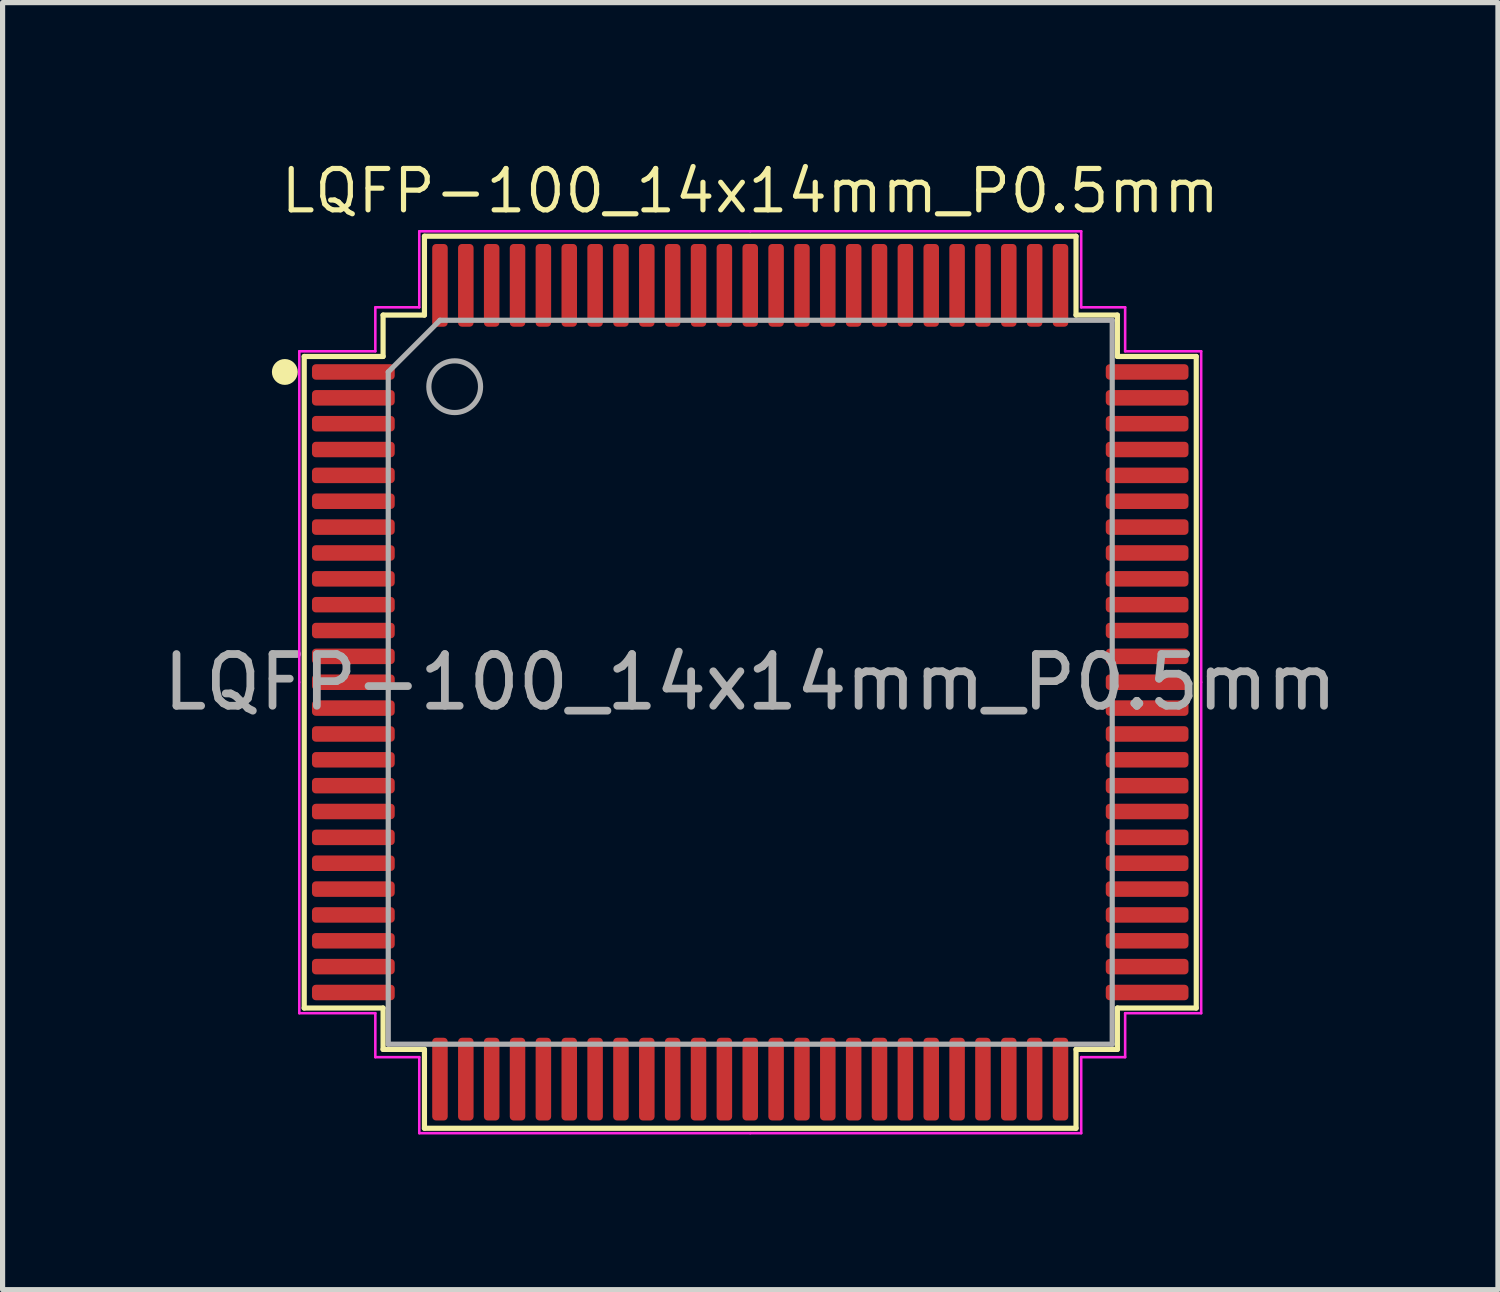
<source format=kicad_pcb>
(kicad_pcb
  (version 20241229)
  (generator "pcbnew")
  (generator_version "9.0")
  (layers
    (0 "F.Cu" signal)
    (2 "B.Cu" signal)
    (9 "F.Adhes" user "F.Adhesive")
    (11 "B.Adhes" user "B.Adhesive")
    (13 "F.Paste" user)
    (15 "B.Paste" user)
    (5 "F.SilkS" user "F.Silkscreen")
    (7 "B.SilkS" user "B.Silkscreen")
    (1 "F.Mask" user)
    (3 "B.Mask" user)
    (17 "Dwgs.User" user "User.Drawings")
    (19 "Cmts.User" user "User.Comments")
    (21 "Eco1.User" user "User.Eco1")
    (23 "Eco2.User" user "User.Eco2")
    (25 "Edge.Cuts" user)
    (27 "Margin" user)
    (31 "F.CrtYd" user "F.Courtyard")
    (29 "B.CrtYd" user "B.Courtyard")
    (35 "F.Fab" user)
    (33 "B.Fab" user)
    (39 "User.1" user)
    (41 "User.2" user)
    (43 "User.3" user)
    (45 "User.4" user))
  (footprint "LQFP-100_14x14mm_P0.5mm"
    (layer "F.Cu")
    (at 11.458 10.143)
    (property "Reference" "LQFP-100_14x14mm_P0.5mm" (at 0 -9.5 0) (layer "F.SilkS") (effects (font (size 0.8 0.8) (thickness 0.1))))
    (attr smd)
    (fp_line (start -8.625 -6.3) (end -7.1 -6.3) (stroke (width 0.1) (type solid)) (layer "F.SilkS"))
    (fp_line (start -8.625 6.3) (end -8.625 -6.3) (stroke (width 0.1) (type solid)) (layer "F.SilkS"))
    (fp_line (start -7.1 -7.1) (end -7.1 -6.3) (stroke (width 0.1) (type solid)) (layer "F.SilkS"))
    (fp_line (start -7.1 6.3) (end -8.625 6.3) (stroke (width 0.1) (type solid)) (layer "F.SilkS"))
    (fp_line (start -7.1 7.1) (end -7.1 6.3) (stroke (width 0.1) (type solid)) (layer "F.SilkS"))
    (fp_line (start -6.3 -8.625) (end 6.3 -8.625) (stroke (width 0.1) (type solid)) (layer "F.SilkS"))
    (fp_line (start -6.3 -7.1) (end -7.1 -7.1) (stroke (width 0.1) (type solid)) (layer "F.SilkS"))
    (fp_line (start -6.3 -7.1) (end -6.3 -8.625) (stroke (width 0.1) (type solid)) (layer "F.SilkS"))
    (fp_line (start -6.3 7.1) (end -7.1 7.1) (stroke (width 0.1) (type solid)) (layer "F.SilkS"))
    (fp_line (start -6.3 8.625) (end -6.3 7.1) (stroke (width 0.1) (type solid)) (layer "F.SilkS"))
    (fp_line (start 6.3 -8.625) (end 6.3 -7.1) (stroke (width 0.1) (type solid)) (layer "F.SilkS"))
    (fp_line (start 6.3 -7.1) (end 7.1 -7.1) (stroke (width 0.1) (type solid)) (layer "F.SilkS"))
    (fp_line (start 6.3 7.1) (end 6.3 8.625) (stroke (width 0.1) (type solid)) (layer "F.SilkS"))
    (fp_line (start 6.3 7.1) (end 7.1 7.1) (stroke (width 0.1) (type solid)) (layer "F.SilkS"))
    (fp_line (start 6.3 8.625) (end -6.3 8.625) (stroke (width 0.1) (type solid)) (layer "F.SilkS"))
    (fp_line (start 7.1 -7.1) (end 7.1 -6.3) (stroke (width 0.1) (type solid)) (layer "F.SilkS"))
    (fp_line (start 7.1 -6.3) (end 8.625 -6.3) (stroke (width 0.1) (type solid)) (layer "F.SilkS"))
    (fp_line (start 7.1 7.1) (end 7.1 6.3) (stroke (width 0.1) (type solid)) (layer "F.SilkS"))
    (fp_line (start 8.625 -6.3) (end 8.625 6.3) (stroke (width 0.1) (type solid)) (layer "F.SilkS"))
    (fp_line (start 8.625 6.3) (end 7.1 6.3) (stroke (width 0.1) (type solid)) (layer "F.SilkS"))
    (fp_circle (center -9 -6) (end -8.75 -6) (stroke (width 0) (type solid)) (fill yes) (layer "F.SilkS"))
    (fp_line (start -8.72 -6.4) (end -8.72 0) (stroke (width 0.05) (type solid)) (layer "F.CrtYd"))
    (fp_line (start -8.72 6.4) (end -8.72 0) (stroke (width 0.05) (type solid)) (layer "F.CrtYd"))
    (fp_line (start -7.25 -7.25) (end -7.25 -6.4) (stroke (width 0.05) (type solid)) (layer "F.CrtYd"))
    (fp_line (start -7.25 -6.4) (end -8.72 -6.4) (stroke (width 0.05) (type solid)) (layer "F.CrtYd"))
    (fp_line (start -7.25 6.4) (end -8.72 6.4) (stroke (width 0.05) (type solid)) (layer "F.CrtYd"))
    (fp_line (start -7.25 7.25) (end -7.25 6.4) (stroke (width 0.05) (type solid)) (layer "F.CrtYd"))
    (fp_line (start -6.4 -8.72) (end -6.4 -7.25) (stroke (width 0.05) (type solid)) (layer "F.CrtYd"))
    (fp_line (start -6.4 -7.25) (end -7.25 -7.25) (stroke (width 0.05) (type solid)) (layer "F.CrtYd"))
    (fp_line (start -6.4 7.25) (end -7.25 7.25) (stroke (width 0.05) (type solid)) (layer "F.CrtYd"))
    (fp_line (start -6.4 8.72) (end -6.4 7.25) (stroke (width 0.05) (type solid)) (layer "F.CrtYd"))
    (fp_line (start 0 -8.72) (end -6.4 -8.72) (stroke (width 0.05) (type solid)) (layer "F.CrtYd"))
    (fp_line (start 0 -8.72) (end 6.4 -8.72) (stroke (width 0.05) (type solid)) (layer "F.CrtYd"))
    (fp_line (start 0 8.72) (end -6.4 8.72) (stroke (width 0.05) (type solid)) (layer "F.CrtYd"))
    (fp_line (start 0 8.72) (end 6.4 8.72) (stroke (width 0.05) (type solid)) (layer "F.CrtYd"))
    (fp_line (start 6.4 -8.72) (end 6.4 -7.25) (stroke (width 0.05) (type solid)) (layer "F.CrtYd"))
    (fp_line (start 6.4 -7.25) (end 7.25 -7.25) (stroke (width 0.05) (type solid)) (layer "F.CrtYd"))
    (fp_line (start 6.4 7.25) (end 7.25 7.25) (stroke (width 0.05) (type solid)) (layer "F.CrtYd"))
    (fp_line (start 6.4 8.72) (end 6.4 7.25) (stroke (width 0.05) (type solid)) (layer "F.CrtYd"))
    (fp_line (start 7.25 -7.25) (end 7.25 -6.4) (stroke (width 0.05) (type solid)) (layer "F.CrtYd"))
    (fp_line (start 7.25 -6.4) (end 8.72 -6.4) (stroke (width 0.05) (type solid)) (layer "F.CrtYd"))
    (fp_line (start 7.25 6.4) (end 8.72 6.4) (stroke (width 0.05) (type solid)) (layer "F.CrtYd"))
    (fp_line (start 7.25 7.25) (end 7.25 6.4) (stroke (width 0.05) (type solid)) (layer "F.CrtYd"))
    (fp_line (start 8.72 -6.4) (end 8.72 0) (stroke (width 0.05) (type solid)) (layer "F.CrtYd"))
    (fp_line (start 8.72 6.4) (end 8.72 0) (stroke (width 0.05) (type solid)) (layer "F.CrtYd"))
    (fp_line (start -7 -6) (end -6 -7) (stroke (width 0.1) (type solid)) (layer "F.Fab"))
    (fp_line (start -7 7) (end -7 -6) (stroke (width 0.1) (type solid)) (layer "F.Fab"))
    (fp_line (start -6 -7) (end 7 -7) (stroke (width 0.1) (type solid)) (layer "F.Fab"))
    (fp_line (start 7 -7) (end 7 7) (stroke (width 0.1) (type solid)) (layer "F.Fab"))
    (fp_line (start 7 7) (end -7 7) (stroke (width 0.1) (type solid)) (layer "F.Fab"))
    (fp_circle (center -5.715 -5.715) (end -5.215 -5.715) (stroke (width 0.1) (type solid)) (fill no) (layer "F.Fab"))
    (fp_text user "${REFERENCE}" (at 0 0 0) (layer "F.Fab") (effects (font (size 1 1) (thickness 0.15))))
    (pad "1" smd roundrect (at -7.675 -6) (size 1.6 0.3) (layers "F.Cu" "F.Mask" "F.Paste") (roundrect_rratio 0.25))
    (pad "2" smd roundrect (at -7.675 -5.5) (size 1.6 0.3) (layers "F.Cu" "F.Mask" "F.Paste") (roundrect_rratio 0.25))
    (pad "3" smd roundrect (at -7.675 -5) (size 1.6 0.3) (layers "F.Cu" "F.Mask" "F.Paste") (roundrect_rratio 0.25))
    (pad "4" smd roundrect (at -7.675 -4.5) (size 1.6 0.3) (layers "F.Cu" "F.Mask" "F.Paste") (roundrect_rratio 0.25))
    (pad "5" smd roundrect (at -7.675 -4) (size 1.6 0.3) (layers "F.Cu" "F.Mask" "F.Paste") (roundrect_rratio 0.25))
    (pad "6" smd roundrect (at -7.675 -3.5) (size 1.6 0.3) (layers "F.Cu" "F.Mask" "F.Paste") (roundrect_rratio 0.25))
    (pad "7" smd roundrect (at -7.675 -3) (size 1.6 0.3) (layers "F.Cu" "F.Mask" "F.Paste") (roundrect_rratio 0.25))
    (pad "8" smd roundrect (at -7.675 -2.5) (size 1.6 0.3) (layers "F.Cu" "F.Mask" "F.Paste") (roundrect_rratio 0.25))
    (pad "9" smd roundrect (at -7.675 -2) (size 1.6 0.3) (layers "F.Cu" "F.Mask" "F.Paste") (roundrect_rratio 0.25))
    (pad "10" smd roundrect (at -7.675 -1.5) (size 1.6 0.3) (layers "F.Cu" "F.Mask" "F.Paste") (roundrect_rratio 0.25))
    (pad "11" smd roundrect (at -7.675 -1) (size 1.6 0.3) (layers "F.Cu" "F.Mask" "F.Paste") (roundrect_rratio 0.25))
    (pad "12" smd roundrect (at -7.675 -0.5) (size 1.6 0.3) (layers "F.Cu" "F.Mask" "F.Paste") (roundrect_rratio 0.25))
    (pad "13" smd roundrect (at -7.675 0) (size 1.6 0.3) (layers "F.Cu" "F.Mask" "F.Paste") (roundrect_rratio 0.25))
    (pad "14" smd roundrect (at -7.675 0.5) (size 1.6 0.3) (layers "F.Cu" "F.Mask" "F.Paste") (roundrect_rratio 0.25))
    (pad "15" smd roundrect (at -7.675 1) (size 1.6 0.3) (layers "F.Cu" "F.Mask" "F.Paste") (roundrect_rratio 0.25))
    (pad "16" smd roundrect (at -7.675 1.5) (size 1.6 0.3) (layers "F.Cu" "F.Mask" "F.Paste") (roundrect_rratio 0.25))
    (pad "17" smd roundrect (at -7.675 2) (size 1.6 0.3) (layers "F.Cu" "F.Mask" "F.Paste") (roundrect_rratio 0.25))
    (pad "18" smd roundrect (at -7.675 2.5) (size 1.6 0.3) (layers "F.Cu" "F.Mask" "F.Paste") (roundrect_rratio 0.25))
    (pad "19" smd roundrect (at -7.675 3) (size 1.6 0.3) (layers "F.Cu" "F.Mask" "F.Paste") (roundrect_rratio 0.25))
    (pad "20" smd roundrect (at -7.675 3.5) (size 1.6 0.3) (layers "F.Cu" "F.Mask" "F.Paste") (roundrect_rratio 0.25))
    (pad "21" smd roundrect (at -7.675 4) (size 1.6 0.3) (layers "F.Cu" "F.Mask" "F.Paste") (roundrect_rratio 0.25))
    (pad "22" smd roundrect (at -7.675 4.5) (size 1.6 0.3) (layers "F.Cu" "F.Mask" "F.Paste") (roundrect_rratio 0.25))
    (pad "23" smd roundrect (at -7.675 5) (size 1.6 0.3) (layers "F.Cu" "F.Mask" "F.Paste") (roundrect_rratio 0.25))
    (pad "24" smd roundrect (at -7.675 5.5) (size 1.6 0.3) (layers "F.Cu" "F.Mask" "F.Paste") (roundrect_rratio 0.25))
    (pad "25" smd roundrect (at -7.675 6) (size 1.6 0.3) (layers "F.Cu" "F.Mask" "F.Paste") (roundrect_rratio 0.25))
    (pad "26" smd roundrect (at -6 7.675) (size 0.3 1.6) (layers "F.Cu" "F.Mask" "F.Paste") (roundrect_rratio 0.25))
    (pad "27" smd roundrect (at -5.5 7.675) (size 0.3 1.6) (layers "F.Cu" "F.Mask" "F.Paste") (roundrect_rratio 0.25))
    (pad "28" smd roundrect (at -5 7.675) (size 0.3 1.6) (layers "F.Cu" "F.Mask" "F.Paste") (roundrect_rratio 0.25))
    (pad "29" smd roundrect (at -4.5 7.675) (size 0.3 1.6) (layers "F.Cu" "F.Mask" "F.Paste") (roundrect_rratio 0.25))
    (pad "30" smd roundrect (at -4 7.675) (size 0.3 1.6) (layers "F.Cu" "F.Mask" "F.Paste") (roundrect_rratio 0.25))
    (pad "31" smd roundrect (at -3.5 7.675) (size 0.3 1.6) (layers "F.Cu" "F.Mask" "F.Paste") (roundrect_rratio 0.25))
    (pad "32" smd roundrect (at -3 7.675) (size 0.3 1.6) (layers "F.Cu" "F.Mask" "F.Paste") (roundrect_rratio 0.25))
    (pad "33" smd roundrect (at -2.5 7.675) (size 0.3 1.6) (layers "F.Cu" "F.Mask" "F.Paste") (roundrect_rratio 0.25))
    (pad "34" smd roundrect (at -2 7.675) (size 0.3 1.6) (layers "F.Cu" "F.Mask" "F.Paste") (roundrect_rratio 0.25))
    (pad "35" smd roundrect (at -1.5 7.675) (size 0.3 1.6) (layers "F.Cu" "F.Mask" "F.Paste") (roundrect_rratio 0.25))
    (pad "36" smd roundrect (at -1 7.675) (size 0.3 1.6) (layers "F.Cu" "F.Mask" "F.Paste") (roundrect_rratio 0.25))
    (pad "37" smd roundrect (at -0.5 7.675) (size 0.3 1.6) (layers "F.Cu" "F.Mask" "F.Paste") (roundrect_rratio 0.25))
    (pad "38" smd roundrect (at 0 7.675) (size 0.3 1.6) (layers "F.Cu" "F.Mask" "F.Paste") (roundrect_rratio 0.25))
    (pad "39" smd roundrect (at 0.5 7.675) (size 0.3 1.6) (layers "F.Cu" "F.Mask" "F.Paste") (roundrect_rratio 0.25))
    (pad "40" smd roundrect (at 1 7.675) (size 0.3 1.6) (layers "F.Cu" "F.Mask" "F.Paste") (roundrect_rratio 0.25))
    (pad "41" smd roundrect (at 1.5 7.675) (size 0.3 1.6) (layers "F.Cu" "F.Mask" "F.Paste") (roundrect_rratio 0.25))
    (pad "42" smd roundrect (at 2 7.675) (size 0.3 1.6) (layers "F.Cu" "F.Mask" "F.Paste") (roundrect_rratio 0.25))
    (pad "43" smd roundrect (at 2.5 7.675) (size 0.3 1.6) (layers "F.Cu" "F.Mask" "F.Paste") (roundrect_rratio 0.25))
    (pad "44" smd roundrect (at 3 7.675) (size 0.3 1.6) (layers "F.Cu" "F.Mask" "F.Paste") (roundrect_rratio 0.25))
    (pad "45" smd roundrect (at 3.5 7.675) (size 0.3 1.6) (layers "F.Cu" "F.Mask" "F.Paste") (roundrect_rratio 0.25))
    (pad "46" smd roundrect (at 4 7.675) (size 0.3 1.6) (layers "F.Cu" "F.Mask" "F.Paste") (roundrect_rratio 0.25))
    (pad "47" smd roundrect (at 4.5 7.675) (size 0.3 1.6) (layers "F.Cu" "F.Mask" "F.Paste") (roundrect_rratio 0.25))
    (pad "48" smd roundrect (at 5 7.675) (size 0.3 1.6) (layers "F.Cu" "F.Mask" "F.Paste") (roundrect_rratio 0.25))
    (pad "49" smd roundrect (at 5.5 7.675) (size 0.3 1.6) (layers "F.Cu" "F.Mask" "F.Paste") (roundrect_rratio 0.25))
    (pad "50" smd roundrect (at 6 7.675) (size 0.3 1.6) (layers "F.Cu" "F.Mask" "F.Paste") (roundrect_rratio 0.25))
    (pad "51" smd roundrect (at 7.675 6) (size 1.6 0.3) (layers "F.Cu" "F.Mask" "F.Paste") (roundrect_rratio 0.25))
    (pad "52" smd roundrect (at 7.675 5.5) (size 1.6 0.3) (layers "F.Cu" "F.Mask" "F.Paste") (roundrect_rratio 0.25))
    (pad "53" smd roundrect (at 7.675 5) (size 1.6 0.3) (layers "F.Cu" "F.Mask" "F.Paste") (roundrect_rratio 0.25))
    (pad "54" smd roundrect (at 7.675 4.5) (size 1.6 0.3) (layers "F.Cu" "F.Mask" "F.Paste") (roundrect_rratio 0.25))
    (pad "55" smd roundrect (at 7.675 4) (size 1.6 0.3) (layers "F.Cu" "F.Mask" "F.Paste") (roundrect_rratio 0.25))
    (pad "56" smd roundrect (at 7.675 3.5) (size 1.6 0.3) (layers "F.Cu" "F.Mask" "F.Paste") (roundrect_rratio 0.25))
    (pad "57" smd roundrect (at 7.675 3) (size 1.6 0.3) (layers "F.Cu" "F.Mask" "F.Paste") (roundrect_rratio 0.25))
    (pad "58" smd roundrect (at 7.675 2.5) (size 1.6 0.3) (layers "F.Cu" "F.Mask" "F.Paste") (roundrect_rratio 0.25))
    (pad "59" smd roundrect (at 7.675 2) (size 1.6 0.3) (layers "F.Cu" "F.Mask" "F.Paste") (roundrect_rratio 0.25))
    (pad "60" smd roundrect (at 7.675 1.5) (size 1.6 0.3) (layers "F.Cu" "F.Mask" "F.Paste") (roundrect_rratio 0.25))
    (pad "61" smd roundrect (at 7.675 1) (size 1.6 0.3) (layers "F.Cu" "F.Mask" "F.Paste") (roundrect_rratio 0.25))
    (pad "62" smd roundrect (at 7.675 0.5) (size 1.6 0.3) (layers "F.Cu" "F.Mask" "F.Paste") (roundrect_rratio 0.25))
    (pad "63" smd roundrect (at 7.675 0) (size 1.6 0.3) (layers "F.Cu" "F.Mask" "F.Paste") (roundrect_rratio 0.25))
    (pad "64" smd roundrect (at 7.675 -0.5) (size 1.6 0.3) (layers "F.Cu" "F.Mask" "F.Paste") (roundrect_rratio 0.25))
    (pad "65" smd roundrect (at 7.675 -1) (size 1.6 0.3) (layers "F.Cu" "F.Mask" "F.Paste") (roundrect_rratio 0.25))
    (pad "66" smd roundrect (at 7.675 -1.5) (size 1.6 0.3) (layers "F.Cu" "F.Mask" "F.Paste") (roundrect_rratio 0.25))
    (pad "67" smd roundrect (at 7.675 -2) (size 1.6 0.3) (layers "F.Cu" "F.Mask" "F.Paste") (roundrect_rratio 0.25))
    (pad "68" smd roundrect (at 7.675 -2.5) (size 1.6 0.3) (layers "F.Cu" "F.Mask" "F.Paste") (roundrect_rratio 0.25))
    (pad "69" smd roundrect (at 7.675 -3) (size 1.6 0.3) (layers "F.Cu" "F.Mask" "F.Paste") (roundrect_rratio 0.25))
    (pad "70" smd roundrect (at 7.675 -3.5) (size 1.6 0.3) (layers "F.Cu" "F.Mask" "F.Paste") (roundrect_rratio 0.25))
    (pad "71" smd roundrect (at 7.675 -4) (size 1.6 0.3) (layers "F.Cu" "F.Mask" "F.Paste") (roundrect_rratio 0.25))
    (pad "72" smd roundrect (at 7.675 -4.5) (size 1.6 0.3) (layers "F.Cu" "F.Mask" "F.Paste") (roundrect_rratio 0.25))
    (pad "73" smd roundrect (at 7.675 -5) (size 1.6 0.3) (layers "F.Cu" "F.Mask" "F.Paste") (roundrect_rratio 0.25))
    (pad "74" smd roundrect (at 7.675 -5.5) (size 1.6 0.3) (layers "F.Cu" "F.Mask" "F.Paste") (roundrect_rratio 0.25))
    (pad "75" smd roundrect (at 7.675 -6) (size 1.6 0.3) (layers "F.Cu" "F.Mask" "F.Paste") (roundrect_rratio 0.25))
    (pad "76" smd roundrect (at 6 -7.675) (size 0.3 1.6) (layers "F.Cu" "F.Mask" "F.Paste") (roundrect_rratio 0.25))
    (pad "77" smd roundrect (at 5.5 -7.675) (size 0.3 1.6) (layers "F.Cu" "F.Mask" "F.Paste") (roundrect_rratio 0.25))
    (pad "78" smd roundrect (at 5 -7.675) (size 0.3 1.6) (layers "F.Cu" "F.Mask" "F.Paste") (roundrect_rratio 0.25))
    (pad "79" smd roundrect (at 4.5 -7.675) (size 0.3 1.6) (layers "F.Cu" "F.Mask" "F.Paste") (roundrect_rratio 0.25))
    (pad "80" smd roundrect (at 4 -7.675) (size 0.3 1.6) (layers "F.Cu" "F.Mask" "F.Paste") (roundrect_rratio 0.25))
    (pad "81" smd roundrect (at 3.5 -7.675) (size 0.3 1.6) (layers "F.Cu" "F.Mask" "F.Paste") (roundrect_rratio 0.25))
    (pad "82" smd roundrect (at 3 -7.675) (size 0.3 1.6) (layers "F.Cu" "F.Mask" "F.Paste") (roundrect_rratio 0.25))
    (pad "83" smd roundrect (at 2.5 -7.675) (size 0.3 1.6) (layers "F.Cu" "F.Mask" "F.Paste") (roundrect_rratio 0.25))
    (pad "84" smd roundrect (at 2 -7.675) (size 0.3 1.6) (layers "F.Cu" "F.Mask" "F.Paste") (roundrect_rratio 0.25))
    (pad "85" smd roundrect (at 1.5 -7.675) (size 0.3 1.6) (layers "F.Cu" "F.Mask" "F.Paste") (roundrect_rratio 0.25))
    (pad "86" smd roundrect (at 1 -7.675) (size 0.3 1.6) (layers "F.Cu" "F.Mask" "F.Paste") (roundrect_rratio 0.25))
    (pad "87" smd roundrect (at 0.5 -7.675) (size 0.3 1.6) (layers "F.Cu" "F.Mask" "F.Paste") (roundrect_rratio 0.25))
    (pad "88" smd roundrect (at 0 -7.675) (size 0.3 1.6) (layers "F.Cu" "F.Mask" "F.Paste") (roundrect_rratio 0.25))
    (pad "89" smd roundrect (at -0.5 -7.675) (size 0.3 1.6) (layers "F.Cu" "F.Mask" "F.Paste") (roundrect_rratio 0.25))
    (pad "90" smd roundrect (at -1 -7.675) (size 0.3 1.6) (layers "F.Cu" "F.Mask" "F.Paste") (roundrect_rratio 0.25))
    (pad "91" smd roundrect (at -1.5 -7.675) (size 0.3 1.6) (layers "F.Cu" "F.Mask" "F.Paste") (roundrect_rratio 0.25))
    (pad "92" smd roundrect (at -2 -7.675) (size 0.3 1.6) (layers "F.Cu" "F.Mask" "F.Paste") (roundrect_rratio 0.25))
    (pad "93" smd roundrect (at -2.5 -7.675) (size 0.3 1.6) (layers "F.Cu" "F.Mask" "F.Paste") (roundrect_rratio 0.25))
    (pad "94" smd roundrect (at -3 -7.675) (size 0.3 1.6) (layers "F.Cu" "F.Mask" "F.Paste") (roundrect_rratio 0.25))
    (pad "95" smd roundrect (at -3.5 -7.675) (size 0.3 1.6) (layers "F.Cu" "F.Mask" "F.Paste") (roundrect_rratio 0.25))
    (pad "96" smd roundrect (at -4 -7.675) (size 0.3 1.6) (layers "F.Cu" "F.Mask" "F.Paste") (roundrect_rratio 0.25))
    (pad "97" smd roundrect (at -4.5 -7.675) (size 0.3 1.6) (layers "F.Cu" "F.Mask" "F.Paste") (roundrect_rratio 0.25))
    (pad "98" smd roundrect (at -5 -7.675) (size 0.3 1.6) (layers "F.Cu" "F.Mask" "F.Paste") (roundrect_rratio 0.25))
    (pad "99" smd roundrect (at -5.5 -7.675) (size 0.3 1.6) (layers "F.Cu" "F.Mask" "F.Paste") (roundrect_rratio 0.25))
    (pad "100" smd roundrect (at -6 -7.675) (size 0.3 1.6) (layers "F.Cu" "F.Mask" "F.Paste") (roundrect_rratio 0.25)))
  (gr_rect
    (start -3 -3)
    (end 25.917 21.889)
    (stroke (width 0.1) (type default))
    (fill no)
    (layer "Edge.Cuts")))
</source>
